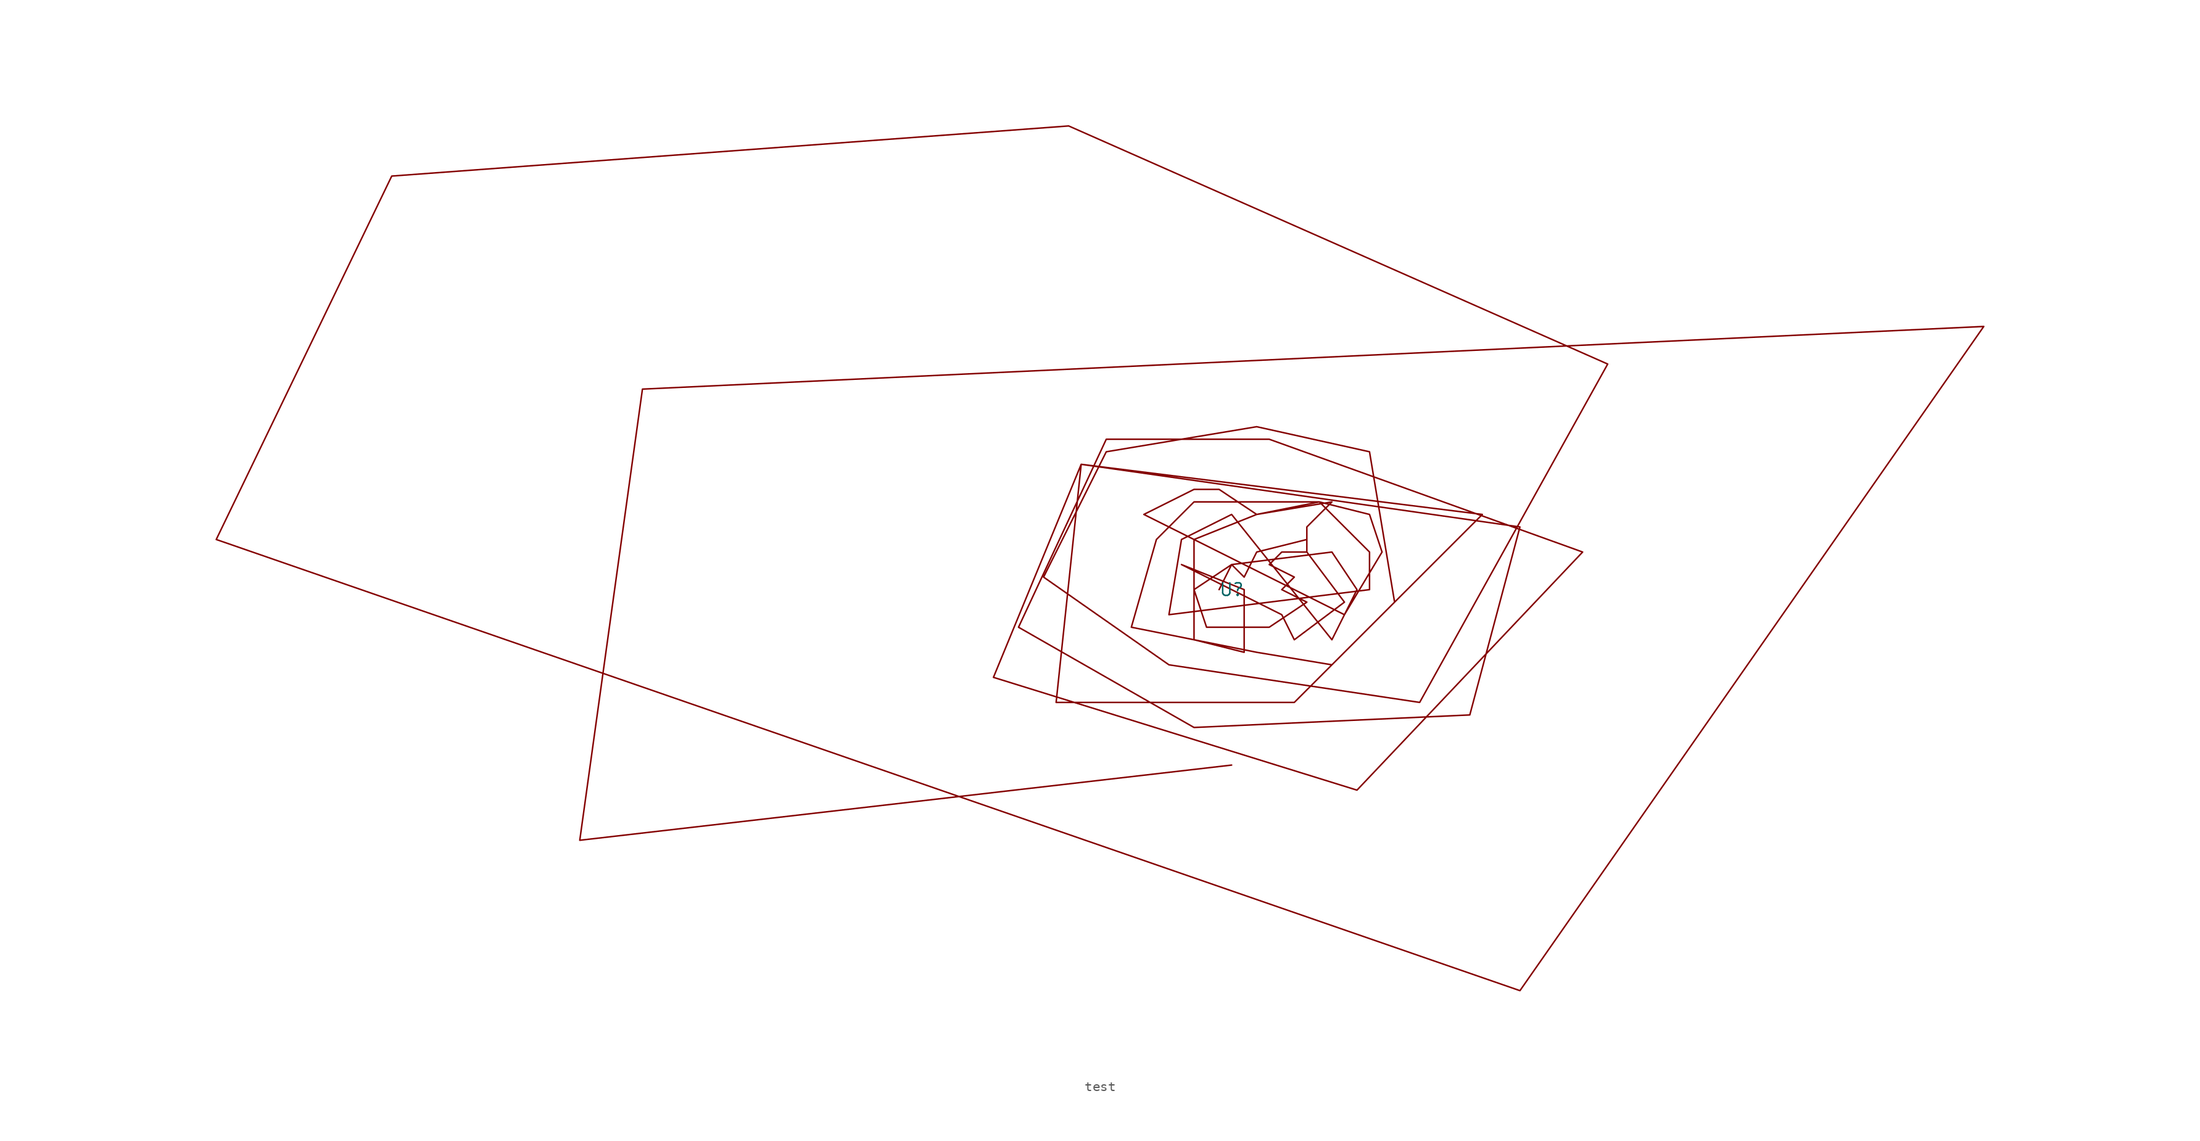
<source format=kicad_sym>
(kicad_symbol_lib
  (version 20231120)
  (generator "kicad_symbol_editor")
  (generator_version "8.0")
  (symbol "test"
    (property "Reference" "U"
      (at 0 0 0)
      (effects (font (size 1.27 1.27))))
    (property "Value" ""
      (at 0 0 0)
      (effects (font (size 1.27 1.27))))
    (symbol "test_0_1"
      (polyline (pts (xy -1.27 0) (xy 0 2.54) (xy 1.27 1.27) (xy 2.54 3.81) (xy 7.62 5.08) (xy 7.62 3.81) (xy 5.08 3.81) (xy 3.81 2.54) (xy 6.35 1.27) (xy 5.08 0) (xy 7.62 -1.27) (xy 3.81 -3.81) (xy -2.54 -3.81) (xy -3.81 0) (xy -3.81 5.08) (xy 2.54 7.62) (xy 8.89 8.89) (xy 13.97 3.81) (xy 13.97 0) (xy -6.35 -2.54) (xy -5.08 5.08) (xy 0 7.62) (xy 10.16 -5.08) (xy 12.7 0) (xy 10.16 3.81) (xy 0 2.54) (xy -3.81 0) (xy -3.81 -3.81) (xy -3.81 -5.08) (xy 1.27 -6.35) (xy 1.27 -5.08) (xy 1.27 0) (xy -5.08 2.54) (xy 5.08 -2.54) (xy 6.35 -5.08) (xy 11.43 -1.27) (xy 7.62 3.81) (xy 7.62 6.35) (xy 8.89 7.62) (xy 10.16 8.89) (xy 2.54 7.62) (xy -1.27 10.16) (xy -3.81 10.16) (xy -8.89 7.62) (xy 11.43 -2.54) (xy 15.24 3.81) (xy 13.97 7.62) (xy 8.89 8.89) (xy 2.54 8.89) (xy -3.81 8.89) (xy -7.62 5.08) (xy -10.16 -3.81) (xy 2.54 -6.35) (xy 10.16 -7.62) (xy 25.4 7.62) (xy -15.24 12.7) (xy -24.13 -8.89) (xy 12.7 -20.32) (xy 35.56 3.81) (xy 3.81 15.24) (xy -12.7 15.24) (xy -21.59 -3.81) (xy -3.81 -13.97) (xy 24.13 -12.7) (xy 29.21 6.35) (xy -15.24 12.7) (xy -17.78 -11.43) (xy 6.35 -11.43) (xy 16.51 -1.27) (xy 13.97 13.97) (xy 2.54 16.51) (xy -12.7 13.97) (xy -19.05 1.27) (xy -6.35 -7.62) (xy 19.05 -11.43) (xy 38.1 22.86) (xy -16.51 46.99) (xy -85.09 41.91) (xy -102.87 5.08) (xy 29.21 -40.64) (xy 76.2 26.67) (xy -59.69 20.32) (xy -66.04 -25.4) (xy 0 -17.78)) (stroke (width 0) (type default)) (fill (type none))))))
</source>
